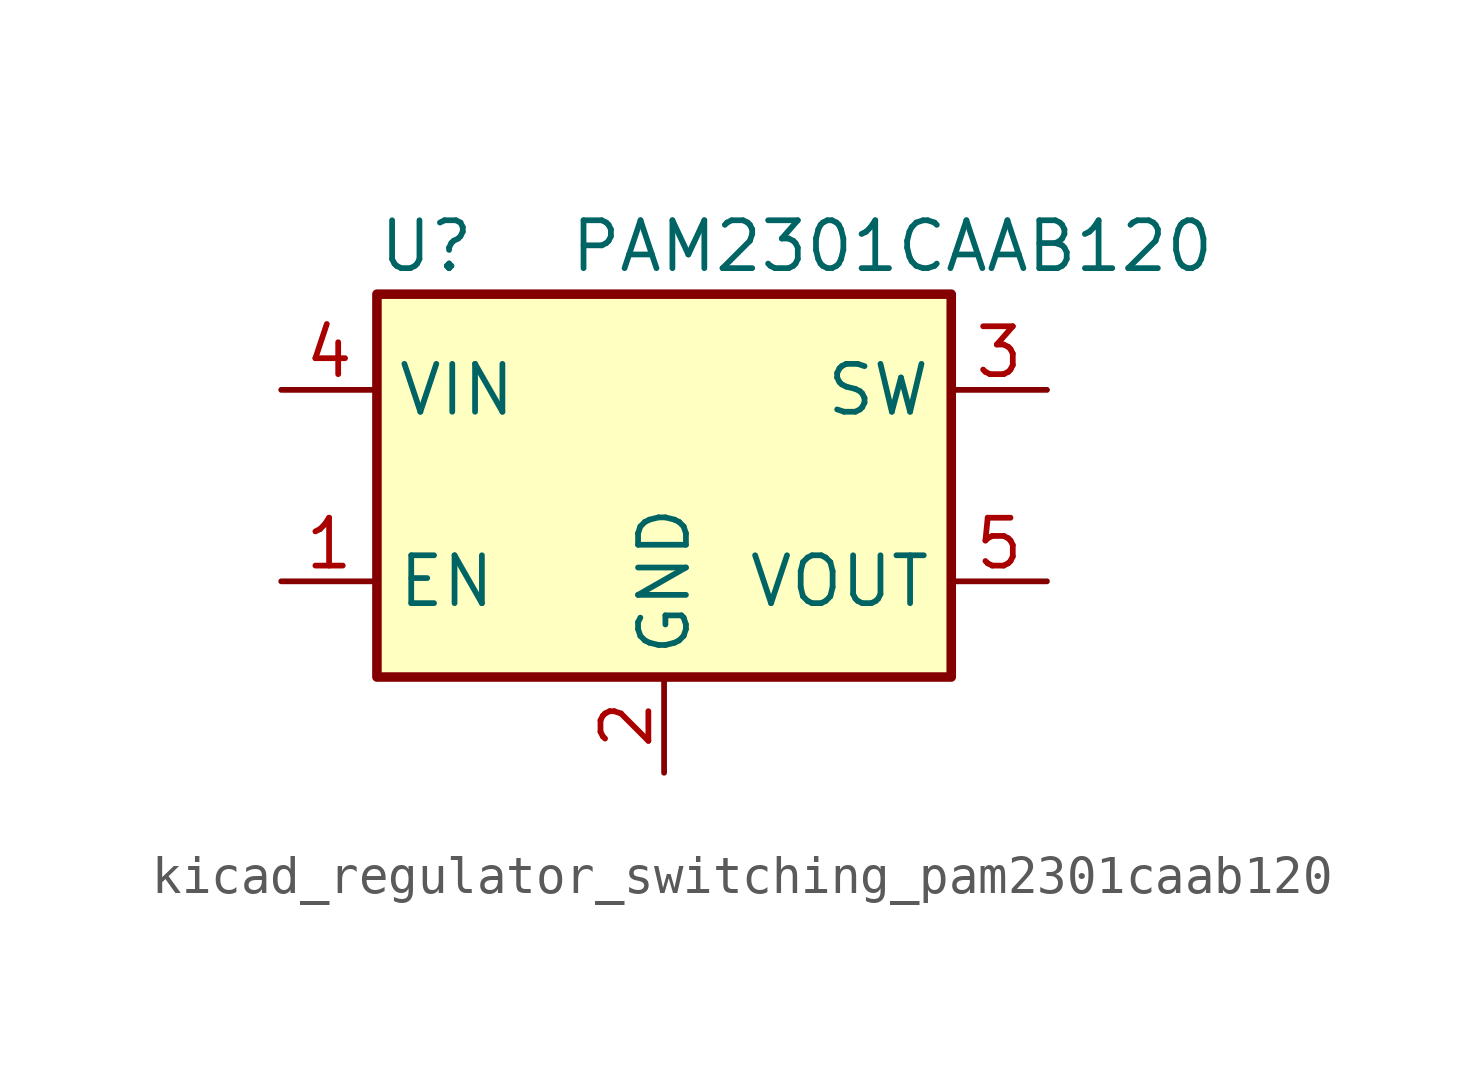
<source format=kicad_sym>
(kicad_symbol_lib
  (version 20220914)
  (generator kicad_symbol_editor)
  (symbol "kicad_regulator_switching_pam2301caab120"
    (property "Reference" "U"
      (at -7.62 6.35 0)
      (effects (font (size 1.27 1.27)) (justify left)))
    (property "Value" "PAM2301CAAB120"
      (at -2.54 6.35 0)
      (effects (font (size 1.27 1.27)) (justify left)))
    (symbol "kicad_regulator_switching_pam2301caab120_0_1"
      (rectangle (start -7.62 5.08) (end 7.62 -5.08) (stroke (width 0.254) (type default)) (fill (type background))))
    (symbol "kicad_regulator_switching_pam2301caab120_1_1"
      (pin input line (at -10.16 -2.54 0) (length 2.54) (name "EN" (effects (font (size 1.27 1.27)))) (number "1" (effects (font (size 1.27 1.27)))))
      (pin power_in line (at 0 -7.62 90) (length 2.54) (name "GND" (effects (font (size 1.27 1.27)))) (number "2" (effects (font (size 1.27 1.27)))))
      (pin power_out line (at 10.16 2.54 180) (length 2.54) (name "SW" (effects (font (size 1.27 1.27)))) (number "3" (effects (font (size 1.27 1.27)))))
      (pin power_in line (at -10.16 2.54 0) (length 2.54) (name "VIN" (effects (font (size 1.27 1.27)))) (number "4" (effects (font (size 1.27 1.27)))))
      (pin input line (at 10.16 -2.54 180) (length 2.54) (name "VOUT" (effects (font (size 1.27 1.27)))) (number "5" (effects (font (size 1.27 1.27))))))))
</source>
